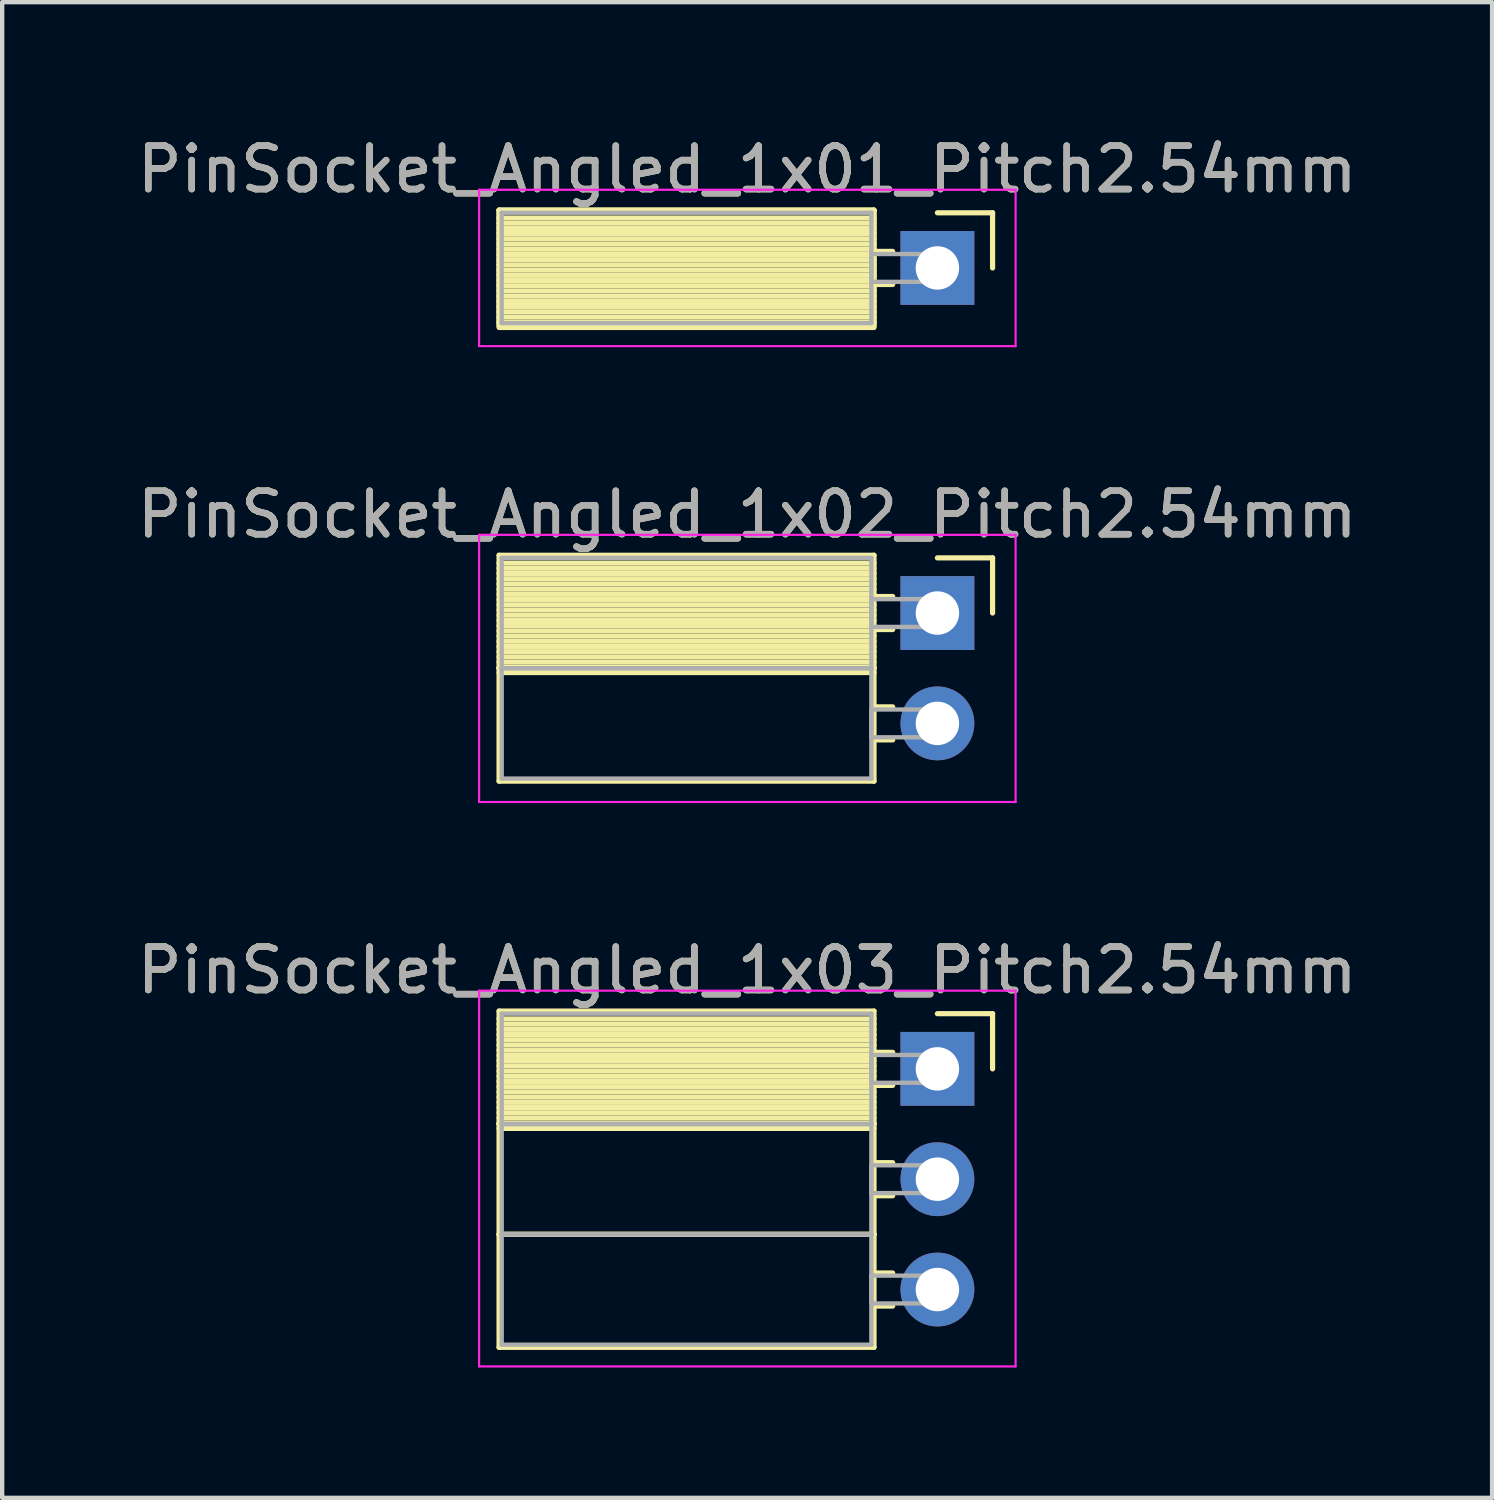
<source format=kicad_pcb>
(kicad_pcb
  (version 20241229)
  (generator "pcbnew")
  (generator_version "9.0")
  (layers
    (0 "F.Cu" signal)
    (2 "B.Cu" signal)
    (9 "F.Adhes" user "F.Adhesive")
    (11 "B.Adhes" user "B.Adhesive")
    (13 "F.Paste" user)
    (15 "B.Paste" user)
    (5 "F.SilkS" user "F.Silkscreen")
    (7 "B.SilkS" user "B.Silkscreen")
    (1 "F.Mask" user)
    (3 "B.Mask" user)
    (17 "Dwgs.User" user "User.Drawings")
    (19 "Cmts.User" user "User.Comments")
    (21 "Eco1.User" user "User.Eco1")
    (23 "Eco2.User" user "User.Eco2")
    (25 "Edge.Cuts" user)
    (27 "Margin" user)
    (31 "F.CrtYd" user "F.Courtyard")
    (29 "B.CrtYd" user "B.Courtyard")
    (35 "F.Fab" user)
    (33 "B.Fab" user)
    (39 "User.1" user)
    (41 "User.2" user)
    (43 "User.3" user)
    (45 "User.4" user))
  (footprint "PinSocket_Angled_1x02_Pitch2.54mm"
    (layer "F.Cu")
    (at 18.529 11.062)
    (property "Reference" "PinSocket_Angled_1x02_Pitch2.54mm" (at -4.38 -2.27 0) (layer "F.SilkS") (effects (font (size 1 1) (thickness 0.15))))
    (attr through_hole)
    (fp_line (start -10.09 -1.33) (end -1.46 -1.33) (stroke (width 0.12) (type solid)) (layer "F.SilkS"))
    (fp_line (start -10.09 1.27) (end -10.09 -1.33) (stroke (width 0.12) (type solid)) (layer "F.SilkS"))
    (fp_line (start -10.09 1.27) (end -1.46 1.27) (stroke (width 0.12) (type solid)) (layer "F.SilkS"))
    (fp_line (start -10.09 3.87) (end -10.09 1.27) (stroke (width 0.12) (type solid)) (layer "F.SilkS"))
    (fp_line (start -1.46 -1.33) (end -1.46 1.27) (stroke (width 0.12) (type solid)) (layer "F.SilkS"))
    (fp_line (start -1.46 -1.15) (end -10.09 -1.15) (stroke (width 0.12) (type solid)) (layer "F.SilkS"))
    (fp_line (start -1.46 -1.03) (end -10.09 -1.03) (stroke (width 0.12) (type solid)) (layer "F.SilkS"))
    (fp_line (start -1.46 -0.91) (end -10.09 -0.91) (stroke (width 0.12) (type solid)) (layer "F.SilkS"))
    (fp_line (start -1.46 -0.79) (end -10.09 -0.79) (stroke (width 0.12) (type solid)) (layer "F.SilkS"))
    (fp_line (start -1.46 -0.67) (end -10.09 -0.67) (stroke (width 0.12) (type solid)) (layer "F.SilkS"))
    (fp_line (start -1.46 -0.55) (end -10.09 -0.55) (stroke (width 0.12) (type solid)) (layer "F.SilkS"))
    (fp_line (start -1.46 -0.43) (end -10.09 -0.43) (stroke (width 0.12) (type solid)) (layer "F.SilkS"))
    (fp_line (start -1.46 -0.31) (end -10.09 -0.31) (stroke (width 0.12) (type solid)) (layer "F.SilkS"))
    (fp_line (start -1.46 -0.19) (end -10.09 -0.19) (stroke (width 0.12) (type solid)) (layer "F.SilkS"))
    (fp_line (start -1.46 -0.07) (end -10.09 -0.07) (stroke (width 0.12) (type solid)) (layer "F.SilkS"))
    (fp_line (start -1.46 0.05) (end -10.09 0.05) (stroke (width 0.12) (type solid)) (layer "F.SilkS"))
    (fp_line (start -1.46 0.17) (end -10.09 0.17) (stroke (width 0.12) (type solid)) (layer "F.SilkS"))
    (fp_line (start -1.46 0.29) (end -10.09 0.29) (stroke (width 0.12) (type solid)) (layer "F.SilkS"))
    (fp_line (start -1.46 0.41) (end -10.09 0.41) (stroke (width 0.12) (type solid)) (layer "F.SilkS"))
    (fp_line (start -1.46 0.53) (end -10.09 0.53) (stroke (width 0.12) (type solid)) (layer "F.SilkS"))
    (fp_line (start -1.46 0.65) (end -10.09 0.65) (stroke (width 0.12) (type solid)) (layer "F.SilkS"))
    (fp_line (start -1.46 0.77) (end -10.09 0.77) (stroke (width 0.12) (type solid)) (layer "F.SilkS"))
    (fp_line (start -1.46 0.89) (end -10.09 0.89) (stroke (width 0.12) (type solid)) (layer "F.SilkS"))
    (fp_line (start -1.46 1.01) (end -10.09 1.01) (stroke (width 0.12) (type solid)) (layer "F.SilkS"))
    (fp_line (start -1.46 1.13) (end -10.09 1.13) (stroke (width 0.12) (type solid)) (layer "F.SilkS"))
    (fp_line (start -1.46 1.25) (end -10.09 1.25) (stroke (width 0.12) (type solid)) (layer "F.SilkS"))
    (fp_line (start -1.46 1.27) (end -10.09 1.27) (stroke (width 0.12) (type solid)) (layer "F.SilkS"))
    (fp_line (start -1.46 1.27) (end -1.46 3.87) (stroke (width 0.12) (type solid)) (layer "F.SilkS"))
    (fp_line (start -1.46 1.37) (end -10.09 1.37) (stroke (width 0.12) (type solid)) (layer "F.SilkS"))
    (fp_line (start -1.46 3.87) (end -10.09 3.87) (stroke (width 0.12) (type solid)) (layer "F.SilkS"))
    (fp_line (start -1.03 -0.38) (end -1.46 -0.38) (stroke (width 0.12) (type solid)) (layer "F.SilkS"))
    (fp_line (start -1.03 0.38) (end -1.46 0.38) (stroke (width 0.12) (type solid)) (layer "F.SilkS"))
    (fp_line (start -1.03 2.16) (end -1.46 2.16) (stroke (width 0.12) (type solid)) (layer "F.SilkS"))
    (fp_line (start -1.03 2.92) (end -1.46 2.92) (stroke (width 0.12) (type solid)) (layer "F.SilkS"))
    (fp_line (start 0 -1.27) (end 1.27 -1.27) (stroke (width 0.12) (type solid)) (layer "F.SilkS"))
    (fp_line (start 1.27 -1.27) (end 1.27 0) (stroke (width 0.12) (type solid)) (layer "F.SilkS"))
    (fp_line (start -10.55 -1.8) (end 1.8 -1.8) (stroke (width 0.05) (type solid)) (layer "F.CrtYd"))
    (fp_line (start -10.55 4.35) (end -10.55 -1.8) (stroke (width 0.05) (type solid)) (layer "F.CrtYd"))
    (fp_line (start 1.8 -1.8) (end 1.8 4.35) (stroke (width 0.05) (type solid)) (layer "F.CrtYd"))
    (fp_line (start 1.8 4.35) (end -10.55 4.35) (stroke (width 0.05) (type solid)) (layer "F.CrtYd"))
    (fp_line (start -10.03 -1.27) (end -1.52 -1.27) (stroke (width 0.1) (type solid)) (layer "F.Fab"))
    (fp_line (start -10.03 1.27) (end -10.03 -1.27) (stroke (width 0.1) (type solid)) (layer "F.Fab"))
    (fp_line (start -10.03 1.27) (end -1.52 1.27) (stroke (width 0.1) (type solid)) (layer "F.Fab"))
    (fp_line (start -10.03 3.81) (end -10.03 1.27) (stroke (width 0.1) (type solid)) (layer "F.Fab"))
    (fp_line (start -1.52 -1.27) (end -1.52 1.27) (stroke (width 0.1) (type solid)) (layer "F.Fab"))
    (fp_line (start -1.52 -0.32) (end 0 -0.32) (stroke (width 0.1) (type solid)) (layer "F.Fab"))
    (fp_line (start -1.52 0.32) (end -1.52 -0.32) (stroke (width 0.1) (type solid)) (layer "F.Fab"))
    (fp_line (start -1.52 1.27) (end -10.03 1.27) (stroke (width 0.1) (type solid)) (layer "F.Fab"))
    (fp_line (start -1.52 1.27) (end -1.52 3.81) (stroke (width 0.1) (type solid)) (layer "F.Fab"))
    (fp_line (start -1.52 2.22) (end 0 2.22) (stroke (width 0.1) (type solid)) (layer "F.Fab"))
    (fp_line (start -1.52 2.86) (end -1.52 2.22) (stroke (width 0.1) (type solid)) (layer "F.Fab"))
    (fp_line (start -1.52 3.81) (end -10.03 3.81) (stroke (width 0.1) (type solid)) (layer "F.Fab"))
    (fp_line (start 0 -0.32) (end 0 0.32) (stroke (width 0.1) (type solid)) (layer "F.Fab"))
    (fp_line (start 0 0.32) (end -1.52 0.32) (stroke (width 0.1) (type solid)) (layer "F.Fab"))
    (fp_line (start 0 2.22) (end 0 2.86) (stroke (width 0.1) (type solid)) (layer "F.Fab"))
    (fp_line (start 0 2.86) (end -1.52 2.86) (stroke (width 0.1) (type solid)) (layer "F.Fab"))
    (fp_text user "${REFERENCE}" (at -4.38 -2.27 0) (layer "F.Fab") (effects (font (size 1 1) (thickness 0.15))))
    (pad "1" thru_hole rect (at 0 0) (size 1.7 1.7) (drill 1) (layers "*.Cu" "*.Mask"))
    (pad "2" thru_hole oval (at 0 2.54) (size 1.7 1.7) (drill 1) (layers "*.Cu" "*.Mask")))
  (footprint "PinSocket_Angled_1x03_Pitch2.54mm"
    (layer "F.Cu")
    (at 18.529 21.555)
    (property "Reference" "PinSocket_Angled_1x03_Pitch2.54mm" (at -4.38 -2.27 0) (layer "F.SilkS") (effects (font (size 1 1) (thickness 0.15))))
    (attr through_hole)
    (fp_line (start -10.09 -1.33) (end -1.46 -1.33) (stroke (width 0.12) (type solid)) (layer "F.SilkS"))
    (fp_line (start -10.09 1.27) (end -10.09 -1.33) (stroke (width 0.12) (type solid)) (layer "F.SilkS"))
    (fp_line (start -10.09 1.27) (end -1.46 1.27) (stroke (width 0.12) (type solid)) (layer "F.SilkS"))
    (fp_line (start -10.09 3.81) (end -10.09 1.27) (stroke (width 0.12) (type solid)) (layer "F.SilkS"))
    (fp_line (start -10.09 3.81) (end -1.46 3.81) (stroke (width 0.12) (type solid)) (layer "F.SilkS"))
    (fp_line (start -10.09 6.41) (end -10.09 3.81) (stroke (width 0.12) (type solid)) (layer "F.SilkS"))
    (fp_line (start -1.46 -1.33) (end -1.46 1.27) (stroke (width 0.12) (type solid)) (layer "F.SilkS"))
    (fp_line (start -1.46 -1.15) (end -10.09 -1.15) (stroke (width 0.12) (type solid)) (layer "F.SilkS"))
    (fp_line (start -1.46 -1.03) (end -10.09 -1.03) (stroke (width 0.12) (type solid)) (layer "F.SilkS"))
    (fp_line (start -1.46 -0.91) (end -10.09 -0.91) (stroke (width 0.12) (type solid)) (layer "F.SilkS"))
    (fp_line (start -1.46 -0.79) (end -10.09 -0.79) (stroke (width 0.12) (type solid)) (layer "F.SilkS"))
    (fp_line (start -1.46 -0.67) (end -10.09 -0.67) (stroke (width 0.12) (type solid)) (layer "F.SilkS"))
    (fp_line (start -1.46 -0.55) (end -10.09 -0.55) (stroke (width 0.12) (type solid)) (layer "F.SilkS"))
    (fp_line (start -1.46 -0.43) (end -10.09 -0.43) (stroke (width 0.12) (type solid)) (layer "F.SilkS"))
    (fp_line (start -1.46 -0.31) (end -10.09 -0.31) (stroke (width 0.12) (type solid)) (layer "F.SilkS"))
    (fp_line (start -1.46 -0.19) (end -10.09 -0.19) (stroke (width 0.12) (type solid)) (layer "F.SilkS"))
    (fp_line (start -1.46 -0.07) (end -10.09 -0.07) (stroke (width 0.12) (type solid)) (layer "F.SilkS"))
    (fp_line (start -1.46 0.05) (end -10.09 0.05) (stroke (width 0.12) (type solid)) (layer "F.SilkS"))
    (fp_line (start -1.46 0.17) (end -10.09 0.17) (stroke (width 0.12) (type solid)) (layer "F.SilkS"))
    (fp_line (start -1.46 0.29) (end -10.09 0.29) (stroke (width 0.12) (type solid)) (layer "F.SilkS"))
    (fp_line (start -1.46 0.41) (end -10.09 0.41) (stroke (width 0.12) (type solid)) (layer "F.SilkS"))
    (fp_line (start -1.46 0.53) (end -10.09 0.53) (stroke (width 0.12) (type solid)) (layer "F.SilkS"))
    (fp_line (start -1.46 0.65) (end -10.09 0.65) (stroke (width 0.12) (type solid)) (layer "F.SilkS"))
    (fp_line (start -1.46 0.77) (end -10.09 0.77) (stroke (width 0.12) (type solid)) (layer "F.SilkS"))
    (fp_line (start -1.46 0.89) (end -10.09 0.89) (stroke (width 0.12) (type solid)) (layer "F.SilkS"))
    (fp_line (start -1.46 1.01) (end -10.09 1.01) (stroke (width 0.12) (type solid)) (layer "F.SilkS"))
    (fp_line (start -1.46 1.13) (end -10.09 1.13) (stroke (width 0.12) (type solid)) (layer "F.SilkS"))
    (fp_line (start -1.46 1.25) (end -10.09 1.25) (stroke (width 0.12) (type solid)) (layer "F.SilkS"))
    (fp_line (start -1.46 1.27) (end -10.09 1.27) (stroke (width 0.12) (type solid)) (layer "F.SilkS"))
    (fp_line (start -1.46 1.27) (end -1.46 3.81) (stroke (width 0.12) (type solid)) (layer "F.SilkS"))
    (fp_line (start -1.46 1.37) (end -10.09 1.37) (stroke (width 0.12) (type solid)) (layer "F.SilkS"))
    (fp_line (start -1.46 3.81) (end -10.09 3.81) (stroke (width 0.12) (type solid)) (layer "F.SilkS"))
    (fp_line (start -1.46 3.81) (end -1.46 6.41) (stroke (width 0.12) (type solid)) (layer "F.SilkS"))
    (fp_line (start -1.46 6.41) (end -10.09 6.41) (stroke (width 0.12) (type solid)) (layer "F.SilkS"))
    (fp_line (start -1.03 -0.38) (end -1.46 -0.38) (stroke (width 0.12) (type solid)) (layer "F.SilkS"))
    (fp_line (start -1.03 0.38) (end -1.46 0.38) (stroke (width 0.12) (type solid)) (layer "F.SilkS"))
    (fp_line (start -1.03 2.16) (end -1.46 2.16) (stroke (width 0.12) (type solid)) (layer "F.SilkS"))
    (fp_line (start -1.03 2.92) (end -1.46 2.92) (stroke (width 0.12) (type solid)) (layer "F.SilkS"))
    (fp_line (start -1.03 4.7) (end -1.46 4.7) (stroke (width 0.12) (type solid)) (layer "F.SilkS"))
    (fp_line (start -1.03 5.46) (end -1.46 5.46) (stroke (width 0.12) (type solid)) (layer "F.SilkS"))
    (fp_line (start 0 -1.27) (end 1.27 -1.27) (stroke (width 0.12) (type solid)) (layer "F.SilkS"))
    (fp_line (start 1.27 -1.27) (end 1.27 0) (stroke (width 0.12) (type solid)) (layer "F.SilkS"))
    (fp_line (start -10.55 -1.8) (end 1.8 -1.8) (stroke (width 0.05) (type solid)) (layer "F.CrtYd"))
    (fp_line (start -10.55 6.85) (end -10.55 -1.8) (stroke (width 0.05) (type solid)) (layer "F.CrtYd"))
    (fp_line (start 1.8 -1.8) (end 1.8 6.85) (stroke (width 0.05) (type solid)) (layer "F.CrtYd"))
    (fp_line (start 1.8 6.85) (end -10.55 6.85) (stroke (width 0.05) (type solid)) (layer "F.CrtYd"))
    (fp_line (start -10.03 -1.27) (end -1.52 -1.27) (stroke (width 0.1) (type solid)) (layer "F.Fab"))
    (fp_line (start -10.03 1.27) (end -10.03 -1.27) (stroke (width 0.1) (type solid)) (layer "F.Fab"))
    (fp_line (start -10.03 1.27) (end -1.52 1.27) (stroke (width 0.1) (type solid)) (layer "F.Fab"))
    (fp_line (start -10.03 3.81) (end -10.03 1.27) (stroke (width 0.1) (type solid)) (layer "F.Fab"))
    (fp_line (start -10.03 3.81) (end -1.52 3.81) (stroke (width 0.1) (type solid)) (layer "F.Fab"))
    (fp_line (start -10.03 6.35) (end -10.03 3.81) (stroke (width 0.1) (type solid)) (layer "F.Fab"))
    (fp_line (start -1.52 -1.27) (end -1.52 1.27) (stroke (width 0.1) (type solid)) (layer "F.Fab"))
    (fp_line (start -1.52 -0.32) (end 0 -0.32) (stroke (width 0.1) (type solid)) (layer "F.Fab"))
    (fp_line (start -1.52 0.32) (end -1.52 -0.32) (stroke (width 0.1) (type solid)) (layer "F.Fab"))
    (fp_line (start -1.52 1.27) (end -10.03 1.27) (stroke (width 0.1) (type solid)) (layer "F.Fab"))
    (fp_line (start -1.52 1.27) (end -1.52 3.81) (stroke (width 0.1) (type solid)) (layer "F.Fab"))
    (fp_line (start -1.52 2.22) (end 0 2.22) (stroke (width 0.1) (type solid)) (layer "F.Fab"))
    (fp_line (start -1.52 2.86) (end -1.52 2.22) (stroke (width 0.1) (type solid)) (layer "F.Fab"))
    (fp_line (start -1.52 3.81) (end -10.03 3.81) (stroke (width 0.1) (type solid)) (layer "F.Fab"))
    (fp_line (start -1.52 3.81) (end -1.52 6.35) (stroke (width 0.1) (type solid)) (layer "F.Fab"))
    (fp_line (start -1.52 4.76) (end 0 4.76) (stroke (width 0.1) (type solid)) (layer "F.Fab"))
    (fp_line (start -1.52 5.4) (end -1.52 4.76) (stroke (width 0.1) (type solid)) (layer "F.Fab"))
    (fp_line (start -1.52 6.35) (end -10.03 6.35) (stroke (width 0.1) (type solid)) (layer "F.Fab"))
    (fp_line (start 0 -0.32) (end 0 0.32) (stroke (width 0.1) (type solid)) (layer "F.Fab"))
    (fp_line (start 0 0.32) (end -1.52 0.32) (stroke (width 0.1) (type solid)) (layer "F.Fab"))
    (fp_line (start 0 2.22) (end 0 2.86) (stroke (width 0.1) (type solid)) (layer "F.Fab"))
    (fp_line (start 0 2.86) (end -1.52 2.86) (stroke (width 0.1) (type solid)) (layer "F.Fab"))
    (fp_line (start 0 4.76) (end 0 5.4) (stroke (width 0.1) (type solid)) (layer "F.Fab"))
    (fp_line (start 0 5.4) (end -1.52 5.4) (stroke (width 0.1) (type solid)) (layer "F.Fab"))
    (fp_text user "${REFERENCE}" (at -4.38 -2.27 0) (layer "F.Fab") (effects (font (size 1 1) (thickness 0.15))))
    (pad "1" thru_hole rect (at 0 0) (size 1.7 1.7) (drill 1) (layers "*.Cu" "*.Mask"))
    (pad "2" thru_hole oval (at 0 2.54) (size 1.7 1.7) (drill 1) (layers "*.Cu" "*.Mask"))
    (pad "3" thru_hole oval (at 0 5.08) (size 1.7 1.7) (drill 1) (layers "*.Cu" "*.Mask")))
  (footprint "PinSocket_Angled_1x01_Pitch2.54mm"
    (layer "F.Cu")
    (at 18.529 3.118)
    (property "Reference" "PinSocket_Angled_1x01_Pitch2.54mm" (at -4.38 -2.27 0) (layer "F.SilkS") (effects (font (size 1 1) (thickness 0.15))))
    (attr through_hole)
    (fp_line (start -10.09 -1.33) (end -1.46 -1.33) (stroke (width 0.12) (type solid)) (layer "F.SilkS"))
    (fp_line (start -10.09 -1.33) (end -1.46 -1.33) (stroke (width 0.12) (type solid)) (layer "F.SilkS"))
    (fp_line (start -10.09 1.27) (end -10.09 -1.33) (stroke (width 0.12) (type solid)) (layer "F.SilkS"))
    (fp_line (start -10.09 1.33) (end -10.09 -1.33) (stroke (width 0.12) (type solid)) (layer "F.SilkS"))
    (fp_line (start -1.46 -1.33) (end -1.46 1.27) (stroke (width 0.12) (type solid)) (layer "F.SilkS"))
    (fp_line (start -1.46 -1.33) (end -1.46 1.33) (stroke (width 0.12) (type solid)) (layer "F.SilkS"))
    (fp_line (start -1.46 -1.15) (end -10.09 -1.15) (stroke (width 0.12) (type solid)) (layer "F.SilkS"))
    (fp_line (start -1.46 -1.03) (end -10.09 -1.03) (stroke (width 0.12) (type solid)) (layer "F.SilkS"))
    (fp_line (start -1.46 -0.91) (end -10.09 -0.91) (stroke (width 0.12) (type solid)) (layer "F.SilkS"))
    (fp_line (start -1.46 -0.79) (end -10.09 -0.79) (stroke (width 0.12) (type solid)) (layer "F.SilkS"))
    (fp_line (start -1.46 -0.67) (end -10.09 -0.67) (stroke (width 0.12) (type solid)) (layer "F.SilkS"))
    (fp_line (start -1.46 -0.55) (end -10.09 -0.55) (stroke (width 0.12) (type solid)) (layer "F.SilkS"))
    (fp_line (start -1.46 -0.43) (end -10.09 -0.43) (stroke (width 0.12) (type solid)) (layer "F.SilkS"))
    (fp_line (start -1.46 -0.31) (end -10.09 -0.31) (stroke (width 0.12) (type solid)) (layer "F.SilkS"))
    (fp_line (start -1.46 -0.19) (end -10.09 -0.19) (stroke (width 0.12) (type solid)) (layer "F.SilkS"))
    (fp_line (start -1.46 -0.07) (end -10.09 -0.07) (stroke (width 0.12) (type solid)) (layer "F.SilkS"))
    (fp_line (start -1.46 0.05) (end -10.09 0.05) (stroke (width 0.12) (type solid)) (layer "F.SilkS"))
    (fp_line (start -1.46 0.17) (end -10.09 0.17) (stroke (width 0.12) (type solid)) (layer "F.SilkS"))
    (fp_line (start -1.46 0.29) (end -10.09 0.29) (stroke (width 0.12) (type solid)) (layer "F.SilkS"))
    (fp_line (start -1.46 0.41) (end -10.09 0.41) (stroke (width 0.12) (type solid)) (layer "F.SilkS"))
    (fp_line (start -1.46 0.53) (end -10.09 0.53) (stroke (width 0.12) (type solid)) (layer "F.SilkS"))
    (fp_line (start -1.46 0.65) (end -10.09 0.65) (stroke (width 0.12) (type solid)) (layer "F.SilkS"))
    (fp_line (start -1.46 0.77) (end -10.09 0.77) (stroke (width 0.12) (type solid)) (layer "F.SilkS"))
    (fp_line (start -1.46 0.89) (end -10.09 0.89) (stroke (width 0.12) (type solid)) (layer "F.SilkS"))
    (fp_line (start -1.46 1.01) (end -10.09 1.01) (stroke (width 0.12) (type solid)) (layer "F.SilkS"))
    (fp_line (start -1.46 1.13) (end -10.09 1.13) (stroke (width 0.12) (type solid)) (layer "F.SilkS"))
    (fp_line (start -1.46 1.25) (end -10.09 1.25) (stroke (width 0.12) (type solid)) (layer "F.SilkS"))
    (fp_line (start -1.46 1.27) (end -10.09 1.27) (stroke (width 0.12) (type solid)) (layer "F.SilkS"))
    (fp_line (start -1.46 1.33) (end -10.09 1.33) (stroke (width 0.12) (type solid)) (layer "F.SilkS"))
    (fp_line (start -1.46 1.37) (end -10.09 1.37) (stroke (width 0.12) (type solid)) (layer "F.SilkS"))
    (fp_line (start -1.03 -0.38) (end -1.46 -0.38) (stroke (width 0.12) (type solid)) (layer "F.SilkS"))
    (fp_line (start -1.03 0.38) (end -1.46 0.38) (stroke (width 0.12) (type solid)) (layer "F.SilkS"))
    (fp_line (start 0 -1.27) (end 1.27 -1.27) (stroke (width 0.12) (type solid)) (layer "F.SilkS"))
    (fp_line (start 1.27 -1.27) (end 1.27 0) (stroke (width 0.12) (type solid)) (layer "F.SilkS"))
    (fp_line (start -10.55 -1.8) (end 1.8 -1.8) (stroke (width 0.05) (type solid)) (layer "F.CrtYd"))
    (fp_line (start -10.55 1.8) (end -10.55 -1.8) (stroke (width 0.05) (type solid)) (layer "F.CrtYd"))
    (fp_line (start 1.8 -1.8) (end 1.8 1.8) (stroke (width 0.05) (type solid)) (layer "F.CrtYd"))
    (fp_line (start 1.8 1.8) (end -10.55 1.8) (stroke (width 0.05) (type solid)) (layer "F.CrtYd"))
    (fp_line (start -10.03 -1.27) (end -1.52 -1.27) (stroke (width 0.1) (type solid)) (layer "F.Fab"))
    (fp_line (start -10.03 1.27) (end -10.03 -1.27) (stroke (width 0.1) (type solid)) (layer "F.Fab"))
    (fp_line (start -1.52 -1.27) (end -1.52 1.27) (stroke (width 0.1) (type solid)) (layer "F.Fab"))
    (fp_line (start -1.52 -0.32) (end 0 -0.32) (stroke (width 0.1) (type solid)) (layer "F.Fab"))
    (fp_line (start -1.52 0.32) (end -1.52 -0.32) (stroke (width 0.1) (type solid)) (layer "F.Fab"))
    (fp_line (start -1.52 1.27) (end -10.03 1.27) (stroke (width 0.1) (type solid)) (layer "F.Fab"))
    (fp_line (start 0 -0.32) (end 0 0.32) (stroke (width 0.1) (type solid)) (layer "F.Fab"))
    (fp_line (start 0 0.32) (end -1.52 0.32) (stroke (width 0.1) (type solid)) (layer "F.Fab"))
    (fp_text user "${REFERENCE}" (at -4.38 -2.27 0) (layer "F.Fab") (effects (font (size 1 1) (thickness 0.15))))
    (pad "1" thru_hole rect (at 0 0) (size 1.7 1.7) (drill 1) (layers "*.Cu" "*.Mask")))
  (gr_rect
    (start -3 -3)
    (end 31.298 31.43)
    (stroke (width 0.1) (type default))
    (fill no)
    (layer "Edge.Cuts")))
</source>
